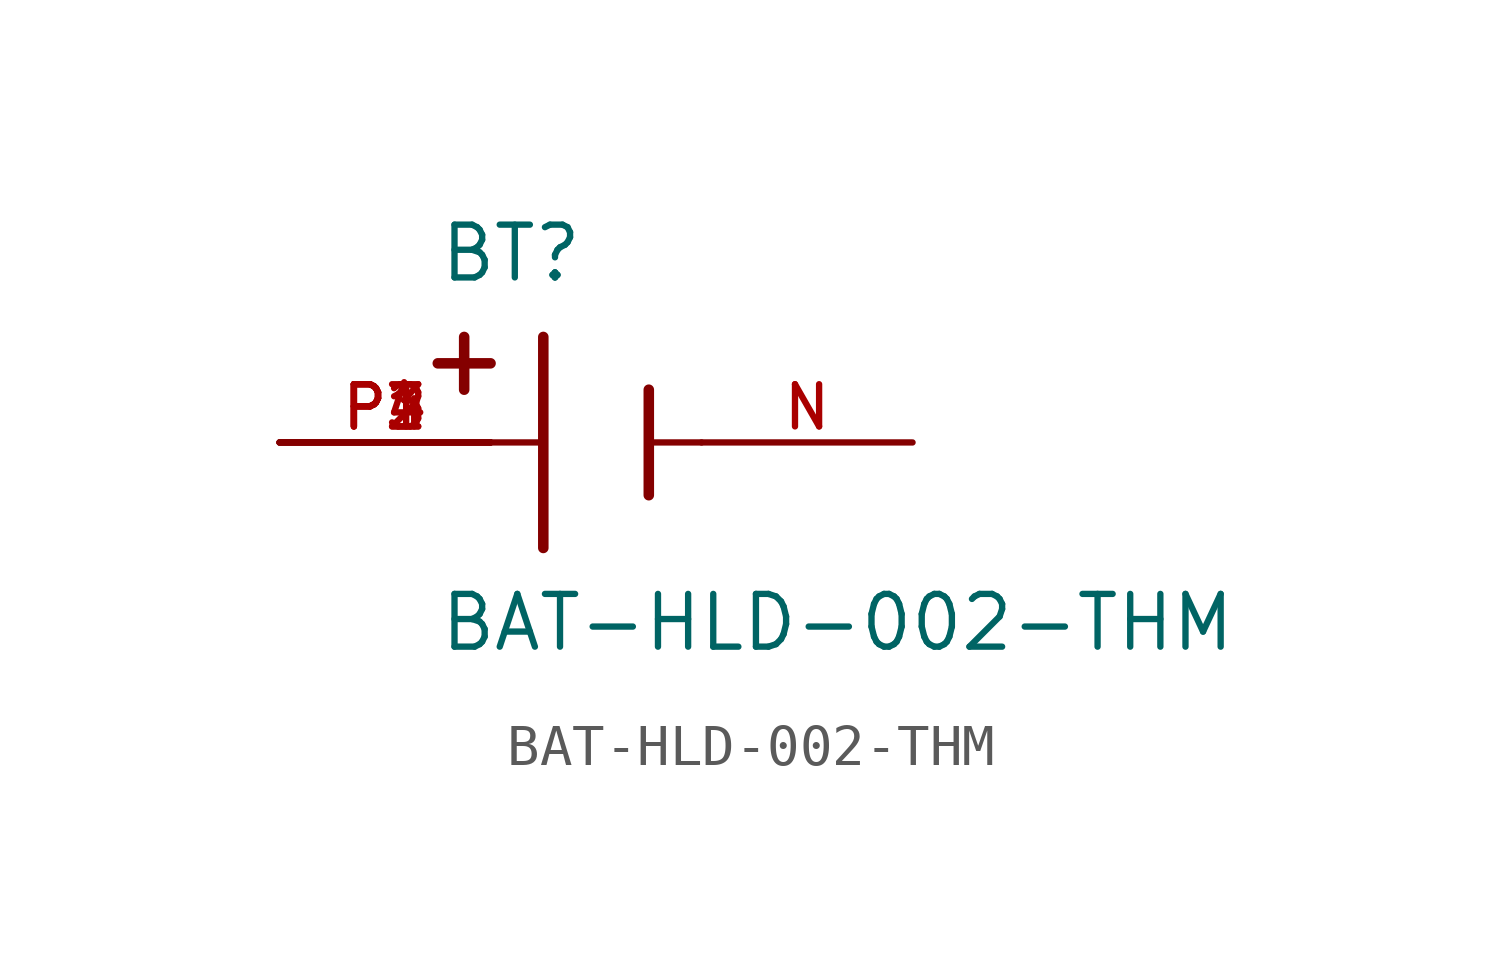
<source format=kicad_sym>
(kicad_symbol_lib
  (version 20211014)
  (generator kicad_symbol_editor)
  (symbol "BAT-HLD-002-THM"
    (pin_names
      (offset 1.016))
    (property "Reference" "BT"
      (at -3.81 3.81 0)
      (effects (font (size 1.27 1.27)) (justify bottom left)))
    (property "Value" "BAT-HLD-002-THM"
      (at -3.81 -5.08 0)
      (effects (font (size 1.27 1.27)) (justify bottom left)))
    (symbol "BAT-HLD-002-THM_0_0"
      (polyline (pts (xy -1.27 2.54) (xy -1.27 -2.54)) (stroke (width 0.254)))
      (polyline (pts (xy 1.27 1.27) (xy 1.27 -1.27)) (stroke (width 0.254)))
      (polyline (pts (xy -1.27 0.0) (xy -2.54 0.0)) (stroke (width 0.152)))
      (polyline (pts (xy 1.27 0.0) (xy 2.54 0.0)) (stroke (width 0.152)))
      (polyline (pts (xy -3.175 2.54) (xy -3.175 1.27)) (stroke (width 0.254)))
      (polyline (pts (xy -3.81 1.905) (xy -2.54 1.905)) (stroke (width 0.254)))
      (pin passive line (at -7.62 0.0 0) (length 5.08) (name "~" (effects (font (size 1.016 1.016)))) (number "P1" (effects (font (size 1.016 1.016)))))
      (pin passive line (at 7.62 0.0 180.0) (length 5.08) (name "~" (effects (font (size 1.016 1.016)))) (number "N" (effects (font (size 1.016 1.016)))))
      (pin passive line (at -7.62 0.0 0) (length 5.08) (name "~" (effects (font (size 1.016 1.016)))) (number "P2" (effects (font (size 1.016 1.016)))))
      (pin passive line (at -7.62 0.0 0) (length 5.08) (name "~" (effects (font (size 1.016 1.016)))) (number "P3" (effects (font (size 1.016 1.016)))))
      (pin passive line (at -7.62 0.0 0) (length 5.08) (name "~" (effects (font (size 1.016 1.016)))) (number "P4" (effects (font (size 1.016 1.016))))))))
</source>
